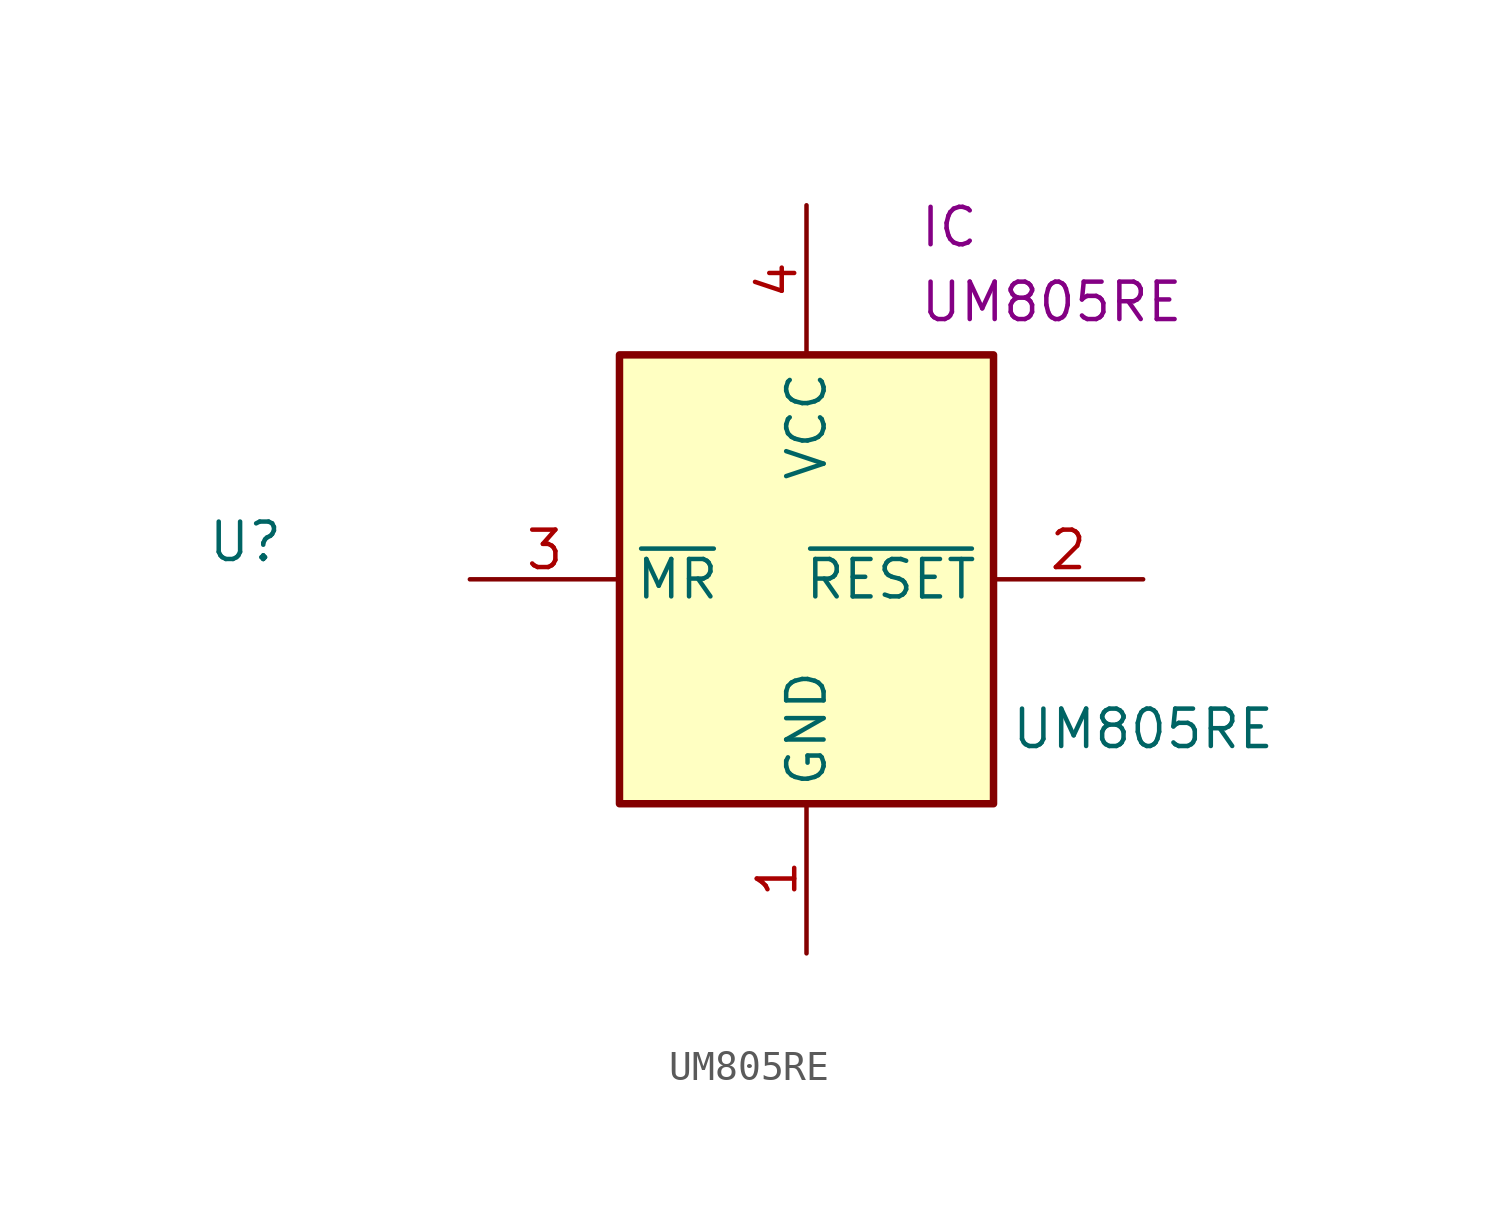
<source format=kicad_sym>
(kicad_symbol_lib
  (version 20211014)
  (generator kicad_symbol_editor)
  (symbol "UM805RE"
    (property "Reference" "U"
      (at -19.05 1.27 0)
      (effects (font (size 1.27 1.27))))
    (property "Value" "UM805RE"
      (at 11.43 -5.08 0)
      (effects (font (size 1.27 1.27))))
    (property "Reference_1" "IC"
      (at 3.81 12.7 0)
      (effects (font (size 1.27 1.27)) (justify left top)))
    (property "Value_1" "UM805RE"
      (at 3.81 10.16 0)
      (effects (font (size 1.27 1.27)) (justify left top)))
    (symbol "UM805RE_1_1"
      (rectangle (start -6.35 7.62) (end 6.35 -7.62) (stroke (width 0.254) (type default) (color 0 0 0 0)) (fill (type background)))
      (pin passive line (at 0 -12.7 90) (length 5.08) (name "GND" (effects (font (size 1.27 1.27)))) (number "1" (effects (font (size 1.27 1.27)))))
      (pin passive line (at 11.43 0 180) (length 5.08) (name "~{RESET}" (effects (font (size 1.27 1.27)))) (number "2" (effects (font (size 1.27 1.27)))))
      (pin passive line (at -11.43 0 0) (length 5.08) (name "~{MR}" (effects (font (size 1.27 1.27)))) (number "3" (effects (font (size 1.27 1.27)))))
      (pin power_in line (at 0 12.7 270) (length 5.08) (name "VCC" (effects (font (size 1.27 1.27)))) (number "4" (effects (font (size 1.27 1.27))))))))
</source>
